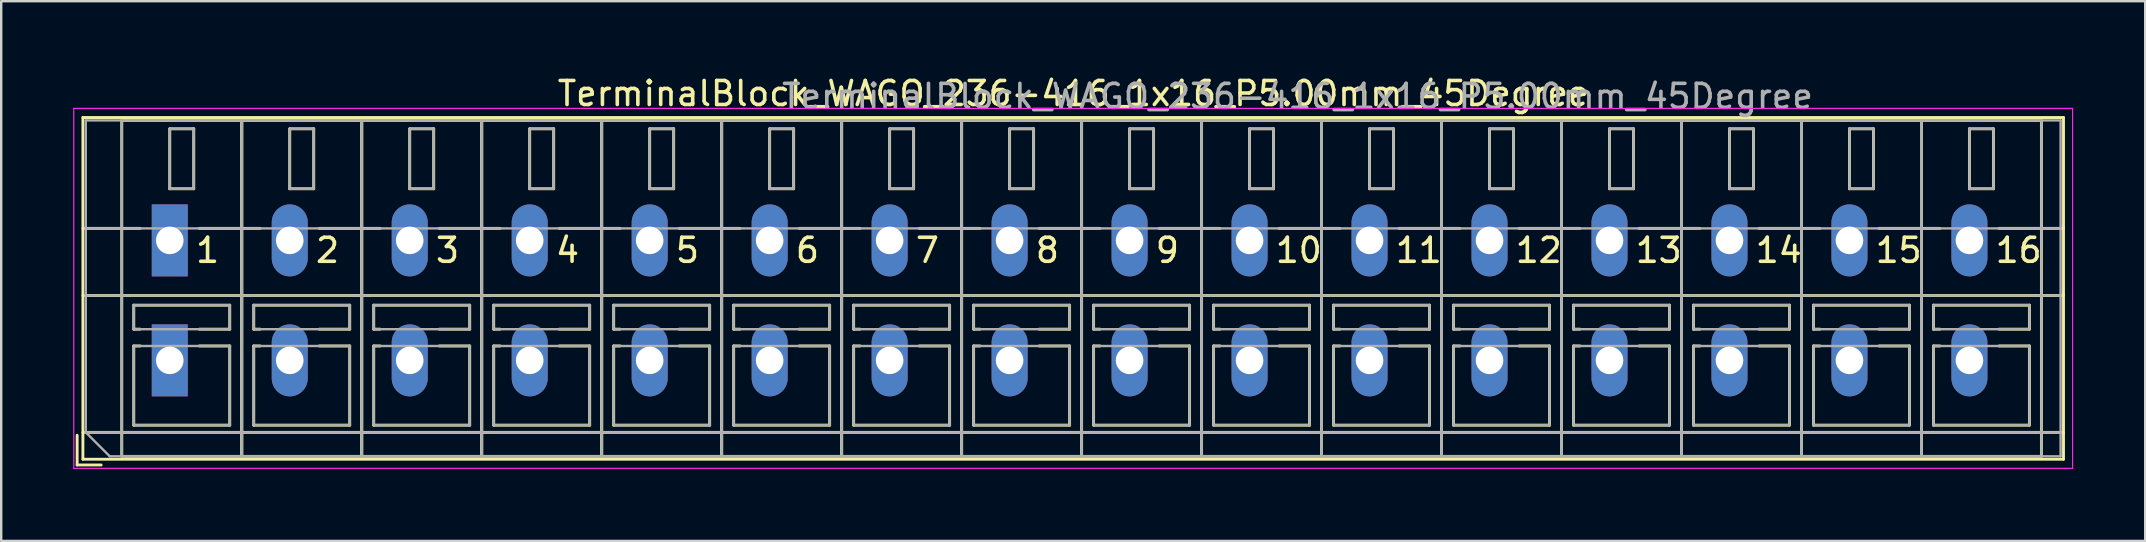
<source format=kicad_pcb>
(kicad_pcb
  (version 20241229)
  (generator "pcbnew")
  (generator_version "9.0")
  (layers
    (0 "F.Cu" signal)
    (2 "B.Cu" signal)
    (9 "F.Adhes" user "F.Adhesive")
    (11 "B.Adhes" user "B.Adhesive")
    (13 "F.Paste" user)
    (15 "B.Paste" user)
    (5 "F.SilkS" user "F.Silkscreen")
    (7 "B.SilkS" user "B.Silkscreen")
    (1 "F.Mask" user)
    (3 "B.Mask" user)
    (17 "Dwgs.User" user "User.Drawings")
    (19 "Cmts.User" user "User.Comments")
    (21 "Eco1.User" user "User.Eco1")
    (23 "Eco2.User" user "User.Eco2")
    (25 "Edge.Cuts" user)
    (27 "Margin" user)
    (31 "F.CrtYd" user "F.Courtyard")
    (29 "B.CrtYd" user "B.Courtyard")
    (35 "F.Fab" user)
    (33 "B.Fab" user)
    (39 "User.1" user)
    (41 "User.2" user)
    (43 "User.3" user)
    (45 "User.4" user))
  (footprint "TerminalBlock_WAGO_236-416_1x16_P5.00mm_45Degree"
    (layer "F.Cu")
    (at 4.025 6.968)
    (property "Reference" "TerminalBlock_WAGO_236-416_1x16_P5.00mm_45Degree" (at 37.65 -6.12 0) (layer "F.SilkS") (effects (font (size 1 1) (thickness 0.15))))
    (attr through_hole)
    (fp_line (start -3.86 8.12) (end -3.86 9.36) (stroke (width 0.12) (type solid)) (layer "F.SilkS"))
    (fp_line (start -3.86 9.36) (end -2.86 9.36) (stroke (width 0.12) (type solid)) (layer "F.SilkS"))
    (fp_line (start -3.62 -5.12) (end -3.62 9.12) (stroke (width 0.12) (type solid)) (layer "F.SilkS"))
    (fp_line (start -3.62 -5.12) (end 78.92 -5.12) (stroke (width 0.12) (type solid)) (layer "F.SilkS"))
    (fp_line (start -3.62 -0.5) (end -1.23 -0.5) (stroke (width 0.12) (type solid)) (layer "F.SilkS"))
    (fp_line (start -3.62 2.3) (end 78.92 2.3) (stroke (width 0.12) (type solid)) (layer "F.SilkS"))
    (fp_line (start -3.62 8) (end 78.92 8) (stroke (width 0.12) (type solid)) (layer "F.SilkS"))
    (fp_line (start -3.62 9.12) (end 78.92 9.12) (stroke (width 0.12) (type solid)) (layer "F.SilkS"))
    (fp_line (start -2 -5) (end -2 9) (stroke (width 0.12) (type solid)) (layer "F.SilkS"))
    (fp_line (start -2 -5) (end 3 -5) (stroke (width 0.12) (type solid)) (layer "F.SilkS"))
    (fp_line (start -2 9) (end 3 9) (stroke (width 0.12) (type solid)) (layer "F.SilkS"))
    (fp_line (start -1.5 2.7) (end -1.5 3.7) (stroke (width 0.12) (type solid)) (layer "F.SilkS"))
    (fp_line (start -1.5 2.7) (end 2.5 2.7) (stroke (width 0.12) (type solid)) (layer "F.SilkS"))
    (fp_line (start -1.5 3.7) (end -1.23 3.7) (stroke (width 0.12) (type solid)) (layer "F.SilkS"))
    (fp_line (start -1.5 4.4) (end -1.5 7.7) (stroke (width 0.12) (type solid)) (layer "F.SilkS"))
    (fp_line (start -1.5 4.4) (end -1.23 4.4) (stroke (width 0.12) (type solid)) (layer "F.SilkS"))
    (fp_line (start -1.5 7.7) (end 2.5 7.7) (stroke (width 0.12) (type solid)) (layer "F.SilkS"))
    (fp_line (start 0 -4.65) (end 0 -2.151) (stroke (width 0.12) (type solid)) (layer "F.SilkS"))
    (fp_line (start 0 -4.65) (end 1 -4.65) (stroke (width 0.12) (type solid)) (layer "F.SilkS"))
    (fp_line (start 0 -2.151) (end 1 -2.151) (stroke (width 0.12) (type solid)) (layer "F.SilkS"))
    (fp_line (start 1 -4.65) (end 1 -2.151) (stroke (width 0.12) (type solid)) (layer "F.SilkS"))
    (fp_line (start 1.23 -0.5) (end 3.77 -0.5) (stroke (width 0.12) (type solid)) (layer "F.SilkS"))
    (fp_line (start 1.23 3.7) (end 2.5 3.7) (stroke (width 0.12) (type solid)) (layer "F.SilkS"))
    (fp_line (start 1.23 4.4) (end 2.5 4.4) (stroke (width 0.12) (type solid)) (layer "F.SilkS"))
    (fp_line (start 2.5 2.7) (end 2.5 3.7) (stroke (width 0.12) (type solid)) (layer "F.SilkS"))
    (fp_line (start 2.5 4.4) (end 2.5 7.7) (stroke (width 0.12) (type solid)) (layer "F.SilkS"))
    (fp_line (start 3 -5) (end 3 9) (stroke (width 0.12) (type solid)) (layer "F.SilkS"))
    (fp_line (start 3 -5) (end 3 9) (stroke (width 0.12) (type solid)) (layer "F.SilkS"))
    (fp_line (start 3 -5) (end 8 -5) (stroke (width 0.12) (type solid)) (layer "F.SilkS"))
    (fp_line (start 3 9) (end 8 9) (stroke (width 0.12) (type solid)) (layer "F.SilkS"))
    (fp_line (start 3.5 2.7) (end 3.5 3.7) (stroke (width 0.12) (type solid)) (layer "F.SilkS"))
    (fp_line (start 3.5 2.7) (end 7.5 2.7) (stroke (width 0.12) (type solid)) (layer "F.SilkS"))
    (fp_line (start 3.5 3.7) (end 3.77 3.7) (stroke (width 0.12) (type solid)) (layer "F.SilkS"))
    (fp_line (start 3.5 4.4) (end 3.5 7.7) (stroke (width 0.12) (type solid)) (layer "F.SilkS"))
    (fp_line (start 3.5 4.4) (end 3.77 4.4) (stroke (width 0.12) (type solid)) (layer "F.SilkS"))
    (fp_line (start 3.5 7.7) (end 7.5 7.7) (stroke (width 0.12) (type solid)) (layer "F.SilkS"))
    (fp_line (start 5 -4.65) (end 5 -2.151) (stroke (width 0.12) (type solid)) (layer "F.SilkS"))
    (fp_line (start 5 -4.65) (end 6 -4.65) (stroke (width 0.12) (type solid)) (layer "F.SilkS"))
    (fp_line (start 5 -2.151) (end 6 -2.151) (stroke (width 0.12) (type solid)) (layer "F.SilkS"))
    (fp_line (start 6 -4.65) (end 6 -2.151) (stroke (width 0.12) (type solid)) (layer "F.SilkS"))
    (fp_line (start 6.23 -0.5) (end 8.77 -0.5) (stroke (width 0.12) (type solid)) (layer "F.SilkS"))
    (fp_line (start 6.23 3.7) (end 7.5 3.7) (stroke (width 0.12) (type solid)) (layer "F.SilkS"))
    (fp_line (start 6.23 4.4) (end 7.5 4.4) (stroke (width 0.12) (type solid)) (layer "F.SilkS"))
    (fp_line (start 7.5 2.7) (end 7.5 3.7) (stroke (width 0.12) (type solid)) (layer "F.SilkS"))
    (fp_line (start 7.5 4.4) (end 7.5 7.7) (stroke (width 0.12) (type solid)) (layer "F.SilkS"))
    (fp_line (start 8 -5) (end 8 9) (stroke (width 0.12) (type solid)) (layer "F.SilkS"))
    (fp_line (start 8 -5) (end 8 9) (stroke (width 0.12) (type solid)) (layer "F.SilkS"))
    (fp_line (start 8 -5) (end 13 -5) (stroke (width 0.12) (type solid)) (layer "F.SilkS"))
    (fp_line (start 8 9) (end 13 9) (stroke (width 0.12) (type solid)) (layer "F.SilkS"))
    (fp_line (start 8.5 2.7) (end 8.5 3.7) (stroke (width 0.12) (type solid)) (layer "F.SilkS"))
    (fp_line (start 8.5 2.7) (end 12.5 2.7) (stroke (width 0.12) (type solid)) (layer "F.SilkS"))
    (fp_line (start 8.5 3.7) (end 8.77 3.7) (stroke (width 0.12) (type solid)) (layer "F.SilkS"))
    (fp_line (start 8.5 4.4) (end 8.5 7.7) (stroke (width 0.12) (type solid)) (layer "F.SilkS"))
    (fp_line (start 8.5 4.4) (end 8.77 4.4) (stroke (width 0.12) (type solid)) (layer "F.SilkS"))
    (fp_line (start 8.5 7.7) (end 12.5 7.7) (stroke (width 0.12) (type solid)) (layer "F.SilkS"))
    (fp_line (start 10 -4.65) (end 10 -2.151) (stroke (width 0.12) (type solid)) (layer "F.SilkS"))
    (fp_line (start 10 -4.65) (end 11 -4.65) (stroke (width 0.12) (type solid)) (layer "F.SilkS"))
    (fp_line (start 10 -2.151) (end 11 -2.151) (stroke (width 0.12) (type solid)) (layer "F.SilkS"))
    (fp_line (start 11 -4.65) (end 11 -2.151) (stroke (width 0.12) (type solid)) (layer "F.SilkS"))
    (fp_line (start 11.23 -0.5) (end 13.77 -0.5) (stroke (width 0.12) (type solid)) (layer "F.SilkS"))
    (fp_line (start 11.23 3.7) (end 12.5 3.7) (stroke (width 0.12) (type solid)) (layer "F.SilkS"))
    (fp_line (start 11.23 4.4) (end 12.5 4.4) (stroke (width 0.12) (type solid)) (layer "F.SilkS"))
    (fp_line (start 12.5 2.7) (end 12.5 3.7) (stroke (width 0.12) (type solid)) (layer "F.SilkS"))
    (fp_line (start 12.5 4.4) (end 12.5 7.7) (stroke (width 0.12) (type solid)) (layer "F.SilkS"))
    (fp_line (start 13 -5) (end 13 9) (stroke (width 0.12) (type solid)) (layer "F.SilkS"))
    (fp_line (start 13 -5) (end 13 9) (stroke (width 0.12) (type solid)) (layer "F.SilkS"))
    (fp_line (start 13 -5) (end 18 -5) (stroke (width 0.12) (type solid)) (layer "F.SilkS"))
    (fp_line (start 13 9) (end 18 9) (stroke (width 0.12) (type solid)) (layer "F.SilkS"))
    (fp_line (start 13.5 2.7) (end 13.5 3.7) (stroke (width 0.12) (type solid)) (layer "F.SilkS"))
    (fp_line (start 13.5 2.7) (end 17.5 2.7) (stroke (width 0.12) (type solid)) (layer "F.SilkS"))
    (fp_line (start 13.5 3.7) (end 13.77 3.7) (stroke (width 0.12) (type solid)) (layer "F.SilkS"))
    (fp_line (start 13.5 4.4) (end 13.5 7.7) (stroke (width 0.12) (type solid)) (layer "F.SilkS"))
    (fp_line (start 13.5 4.4) (end 13.77 4.4) (stroke (width 0.12) (type solid)) (layer "F.SilkS"))
    (fp_line (start 13.5 7.7) (end 17.5 7.7) (stroke (width 0.12) (type solid)) (layer "F.SilkS"))
    (fp_line (start 15 -4.65) (end 15 -2.151) (stroke (width 0.12) (type solid)) (layer "F.SilkS"))
    (fp_line (start 15 -4.65) (end 16 -4.65) (stroke (width 0.12) (type solid)) (layer "F.SilkS"))
    (fp_line (start 15 -2.151) (end 16 -2.151) (stroke (width 0.12) (type solid)) (layer "F.SilkS"))
    (fp_line (start 16 -4.65) (end 16 -2.151) (stroke (width 0.12) (type solid)) (layer "F.SilkS"))
    (fp_line (start 16.23 -0.5) (end 18.77 -0.5) (stroke (width 0.12) (type solid)) (layer "F.SilkS"))
    (fp_line (start 16.23 3.7) (end 17.5 3.7) (stroke (width 0.12) (type solid)) (layer "F.SilkS"))
    (fp_line (start 16.23 4.4) (end 17.5 4.4) (stroke (width 0.12) (type solid)) (layer "F.SilkS"))
    (fp_line (start 17.5 2.7) (end 17.5 3.7) (stroke (width 0.12) (type solid)) (layer "F.SilkS"))
    (fp_line (start 17.5 4.4) (end 17.5 7.7) (stroke (width 0.12) (type solid)) (layer "F.SilkS"))
    (fp_line (start 18 -5) (end 18 9) (stroke (width 0.12) (type solid)) (layer "F.SilkS"))
    (fp_line (start 18 -5) (end 18 9) (stroke (width 0.12) (type solid)) (layer "F.SilkS"))
    (fp_line (start 18 -5) (end 23 -5) (stroke (width 0.12) (type solid)) (layer "F.SilkS"))
    (fp_line (start 18 9) (end 23 9) (stroke (width 0.12) (type solid)) (layer "F.SilkS"))
    (fp_line (start 18.5 2.7) (end 18.5 3.7) (stroke (width 0.12) (type solid)) (layer "F.SilkS"))
    (fp_line (start 18.5 2.7) (end 22.5 2.7) (stroke (width 0.12) (type solid)) (layer "F.SilkS"))
    (fp_line (start 18.5 3.7) (end 18.77 3.7) (stroke (width 0.12) (type solid)) (layer "F.SilkS"))
    (fp_line (start 18.5 4.4) (end 18.5 7.7) (stroke (width 0.12) (type solid)) (layer "F.SilkS"))
    (fp_line (start 18.5 4.4) (end 18.77 4.4) (stroke (width 0.12) (type solid)) (layer "F.SilkS"))
    (fp_line (start 18.5 7.7) (end 22.5 7.7) (stroke (width 0.12) (type solid)) (layer "F.SilkS"))
    (fp_line (start 20 -4.65) (end 20 -2.151) (stroke (width 0.12) (type solid)) (layer "F.SilkS"))
    (fp_line (start 20 -4.65) (end 21 -4.65) (stroke (width 0.12) (type solid)) (layer "F.SilkS"))
    (fp_line (start 20 -2.151) (end 21 -2.151) (stroke (width 0.12) (type solid)) (layer "F.SilkS"))
    (fp_line (start 21 -4.65) (end 21 -2.151) (stroke (width 0.12) (type solid)) (layer "F.SilkS"))
    (fp_line (start 21.23 -0.5) (end 23.77 -0.5) (stroke (width 0.12) (type solid)) (layer "F.SilkS"))
    (fp_line (start 21.23 3.7) (end 22.5 3.7) (stroke (width 0.12) (type solid)) (layer "F.SilkS"))
    (fp_line (start 21.23 4.4) (end 22.5 4.4) (stroke (width 0.12) (type solid)) (layer "F.SilkS"))
    (fp_line (start 22.5 2.7) (end 22.5 3.7) (stroke (width 0.12) (type solid)) (layer "F.SilkS"))
    (fp_line (start 22.5 4.4) (end 22.5 7.7) (stroke (width 0.12) (type solid)) (layer "F.SilkS"))
    (fp_line (start 23 -5) (end 23 9) (stroke (width 0.12) (type solid)) (layer "F.SilkS"))
    (fp_line (start 23 -5) (end 23 9) (stroke (width 0.12) (type solid)) (layer "F.SilkS"))
    (fp_line (start 23 -5) (end 28 -5) (stroke (width 0.12) (type solid)) (layer "F.SilkS"))
    (fp_line (start 23 9) (end 28 9) (stroke (width 0.12) (type solid)) (layer "F.SilkS"))
    (fp_line (start 23.5 2.7) (end 23.5 3.7) (stroke (width 0.12) (type solid)) (layer "F.SilkS"))
    (fp_line (start 23.5 2.7) (end 27.5 2.7) (stroke (width 0.12) (type solid)) (layer "F.SilkS"))
    (fp_line (start 23.5 3.7) (end 23.77 3.7) (stroke (width 0.12) (type solid)) (layer "F.SilkS"))
    (fp_line (start 23.5 4.4) (end 23.5 7.7) (stroke (width 0.12) (type solid)) (layer "F.SilkS"))
    (fp_line (start 23.5 4.4) (end 23.77 4.4) (stroke (width 0.12) (type solid)) (layer "F.SilkS"))
    (fp_line (start 23.5 7.7) (end 27.5 7.7) (stroke (width 0.12) (type solid)) (layer "F.SilkS"))
    (fp_line (start 25 -4.65) (end 25 -2.151) (stroke (width 0.12) (type solid)) (layer "F.SilkS"))
    (fp_line (start 25 -4.65) (end 26 -4.65) (stroke (width 0.12) (type solid)) (layer "F.SilkS"))
    (fp_line (start 25 -2.151) (end 26 -2.151) (stroke (width 0.12) (type solid)) (layer "F.SilkS"))
    (fp_line (start 26 -4.65) (end 26 -2.151) (stroke (width 0.12) (type solid)) (layer "F.SilkS"))
    (fp_line (start 26.23 -0.5) (end 28.77 -0.5) (stroke (width 0.12) (type solid)) (layer "F.SilkS"))
    (fp_line (start 26.23 3.7) (end 27.5 3.7) (stroke (width 0.12) (type solid)) (layer "F.SilkS"))
    (fp_line (start 26.23 4.4) (end 27.5 4.4) (stroke (width 0.12) (type solid)) (layer "F.SilkS"))
    (fp_line (start 27.5 2.7) (end 27.5 3.7) (stroke (width 0.12) (type solid)) (layer "F.SilkS"))
    (fp_line (start 27.5 4.4) (end 27.5 7.7) (stroke (width 0.12) (type solid)) (layer "F.SilkS"))
    (fp_line (start 28 -5) (end 28 9) (stroke (width 0.12) (type solid)) (layer "F.SilkS"))
    (fp_line (start 28 -5) (end 28 9) (stroke (width 0.12) (type solid)) (layer "F.SilkS"))
    (fp_line (start 28 -5) (end 33 -5) (stroke (width 0.12) (type solid)) (layer "F.SilkS"))
    (fp_line (start 28 9) (end 33 9) (stroke (width 0.12) (type solid)) (layer "F.SilkS"))
    (fp_line (start 28.5 2.7) (end 28.5 3.7) (stroke (width 0.12) (type solid)) (layer "F.SilkS"))
    (fp_line (start 28.5 2.7) (end 32.5 2.7) (stroke (width 0.12) (type solid)) (layer "F.SilkS"))
    (fp_line (start 28.5 3.7) (end 28.77 3.7) (stroke (width 0.12) (type solid)) (layer "F.SilkS"))
    (fp_line (start 28.5 4.4) (end 28.5 7.7) (stroke (width 0.12) (type solid)) (layer "F.SilkS"))
    (fp_line (start 28.5 4.4) (end 28.77 4.4) (stroke (width 0.12) (type solid)) (layer "F.SilkS"))
    (fp_line (start 28.5 7.7) (end 32.5 7.7) (stroke (width 0.12) (type solid)) (layer "F.SilkS"))
    (fp_line (start 30 -4.65) (end 30 -2.151) (stroke (width 0.12) (type solid)) (layer "F.SilkS"))
    (fp_line (start 30 -4.65) (end 31 -4.65) (stroke (width 0.12) (type solid)) (layer "F.SilkS"))
    (fp_line (start 30 -2.151) (end 31 -2.151) (stroke (width 0.12) (type solid)) (layer "F.SilkS"))
    (fp_line (start 31 -4.65) (end 31 -2.151) (stroke (width 0.12) (type solid)) (layer "F.SilkS"))
    (fp_line (start 31.23 -0.5) (end 33.77 -0.5) (stroke (width 0.12) (type solid)) (layer "F.SilkS"))
    (fp_line (start 31.23 3.7) (end 32.5 3.7) (stroke (width 0.12) (type solid)) (layer "F.SilkS"))
    (fp_line (start 31.23 4.4) (end 32.5 4.4) (stroke (width 0.12) (type solid)) (layer "F.SilkS"))
    (fp_line (start 32.5 2.7) (end 32.5 3.7) (stroke (width 0.12) (type solid)) (layer "F.SilkS"))
    (fp_line (start 32.5 4.4) (end 32.5 7.7) (stroke (width 0.12) (type solid)) (layer "F.SilkS"))
    (fp_line (start 33 -5) (end 33 9) (stroke (width 0.12) (type solid)) (layer "F.SilkS"))
    (fp_line (start 33 -5) (end 33 9) (stroke (width 0.12) (type solid)) (layer "F.SilkS"))
    (fp_line (start 33 -5) (end 38 -5) (stroke (width 0.12) (type solid)) (layer "F.SilkS"))
    (fp_line (start 33 9) (end 38 9) (stroke (width 0.12) (type solid)) (layer "F.SilkS"))
    (fp_line (start 33.5 2.7) (end 33.5 3.7) (stroke (width 0.12) (type solid)) (layer "F.SilkS"))
    (fp_line (start 33.5 2.7) (end 37.5 2.7) (stroke (width 0.12) (type solid)) (layer "F.SilkS"))
    (fp_line (start 33.5 3.7) (end 33.77 3.7) (stroke (width 0.12) (type solid)) (layer "F.SilkS"))
    (fp_line (start 33.5 4.4) (end 33.5 7.7) (stroke (width 0.12) (type solid)) (layer "F.SilkS"))
    (fp_line (start 33.5 4.4) (end 33.77 4.4) (stroke (width 0.12) (type solid)) (layer "F.SilkS"))
    (fp_line (start 33.5 7.7) (end 37.5 7.7) (stroke (width 0.12) (type solid)) (layer "F.SilkS"))
    (fp_line (start 35 -4.65) (end 35 -2.151) (stroke (width 0.12) (type solid)) (layer "F.SilkS"))
    (fp_line (start 35 -4.65) (end 36 -4.65) (stroke (width 0.12) (type solid)) (layer "F.SilkS"))
    (fp_line (start 35 -2.151) (end 36 -2.151) (stroke (width 0.12) (type solid)) (layer "F.SilkS"))
    (fp_line (start 36 -4.65) (end 36 -2.151) (stroke (width 0.12) (type solid)) (layer "F.SilkS"))
    (fp_line (start 36.23 -0.5) (end 38.77 -0.5) (stroke (width 0.12) (type solid)) (layer "F.SilkS"))
    (fp_line (start 36.23 3.7) (end 37.5 3.7) (stroke (width 0.12) (type solid)) (layer "F.SilkS"))
    (fp_line (start 36.23 4.4) (end 37.5 4.4) (stroke (width 0.12) (type solid)) (layer "F.SilkS"))
    (fp_line (start 37.5 2.7) (end 37.5 3.7) (stroke (width 0.12) (type solid)) (layer "F.SilkS"))
    (fp_line (start 37.5 4.4) (end 37.5 7.7) (stroke (width 0.12) (type solid)) (layer "F.SilkS"))
    (fp_line (start 38 -5) (end 38 9) (stroke (width 0.12) (type solid)) (layer "F.SilkS"))
    (fp_line (start 38 -5) (end 38 9) (stroke (width 0.12) (type solid)) (layer "F.SilkS"))
    (fp_line (start 38 -5) (end 43 -5) (stroke (width 0.12) (type solid)) (layer "F.SilkS"))
    (fp_line (start 38 9) (end 43 9) (stroke (width 0.12) (type solid)) (layer "F.SilkS"))
    (fp_line (start 38.5 2.7) (end 38.5 3.7) (stroke (width 0.12) (type solid)) (layer "F.SilkS"))
    (fp_line (start 38.5 2.7) (end 42.5 2.7) (stroke (width 0.12) (type solid)) (layer "F.SilkS"))
    (fp_line (start 38.5 3.7) (end 38.77 3.7) (stroke (width 0.12) (type solid)) (layer "F.SilkS"))
    (fp_line (start 38.5 4.4) (end 38.5 7.7) (stroke (width 0.12) (type solid)) (layer "F.SilkS"))
    (fp_line (start 38.5 4.4) (end 38.77 4.4) (stroke (width 0.12) (type solid)) (layer "F.SilkS"))
    (fp_line (start 38.5 7.7) (end 42.5 7.7) (stroke (width 0.12) (type solid)) (layer "F.SilkS"))
    (fp_line (start 40 -4.65) (end 40 -2.151) (stroke (width 0.12) (type solid)) (layer "F.SilkS"))
    (fp_line (start 40 -4.65) (end 41 -4.65) (stroke (width 0.12) (type solid)) (layer "F.SilkS"))
    (fp_line (start 40 -2.151) (end 41 -2.151) (stroke (width 0.12) (type solid)) (layer "F.SilkS"))
    (fp_line (start 41 -4.65) (end 41 -2.151) (stroke (width 0.12) (type solid)) (layer "F.SilkS"))
    (fp_line (start 41.23 -0.5) (end 43.77 -0.5) (stroke (width 0.12) (type solid)) (layer "F.SilkS"))
    (fp_line (start 41.23 3.7) (end 42.5 3.7) (stroke (width 0.12) (type solid)) (layer "F.SilkS"))
    (fp_line (start 41.23 4.4) (end 42.5 4.4) (stroke (width 0.12) (type solid)) (layer "F.SilkS"))
    (fp_line (start 42.5 2.7) (end 42.5 3.7) (stroke (width 0.12) (type solid)) (layer "F.SilkS"))
    (fp_line (start 42.5 4.4) (end 42.5 7.7) (stroke (width 0.12) (type solid)) (layer "F.SilkS"))
    (fp_line (start 43 -5) (end 43 9) (stroke (width 0.12) (type solid)) (layer "F.SilkS"))
    (fp_line (start 43 -5) (end 43 9) (stroke (width 0.12) (type solid)) (layer "F.SilkS"))
    (fp_line (start 43 -5) (end 48 -5) (stroke (width 0.12) (type solid)) (layer "F.SilkS"))
    (fp_line (start 43 9) (end 48 9) (stroke (width 0.12) (type solid)) (layer "F.SilkS"))
    (fp_line (start 43.5 2.7) (end 43.5 3.7) (stroke (width 0.12) (type solid)) (layer "F.SilkS"))
    (fp_line (start 43.5 2.7) (end 47.5 2.7) (stroke (width 0.12) (type solid)) (layer "F.SilkS"))
    (fp_line (start 43.5 3.7) (end 43.77 3.7) (stroke (width 0.12) (type solid)) (layer "F.SilkS"))
    (fp_line (start 43.5 4.4) (end 43.5 7.7) (stroke (width 0.12) (type solid)) (layer "F.SilkS"))
    (fp_line (start 43.5 4.4) (end 43.77 4.4) (stroke (width 0.12) (type solid)) (layer "F.SilkS"))
    (fp_line (start 43.5 7.7) (end 47.5 7.7) (stroke (width 0.12) (type solid)) (layer "F.SilkS"))
    (fp_line (start 45 -4.65) (end 45 -2.151) (stroke (width 0.12) (type solid)) (layer "F.SilkS"))
    (fp_line (start 45 -4.65) (end 46 -4.65) (stroke (width 0.12) (type solid)) (layer "F.SilkS"))
    (fp_line (start 45 -2.151) (end 46 -2.151) (stroke (width 0.12) (type solid)) (layer "F.SilkS"))
    (fp_line (start 46 -4.65) (end 46 -2.151) (stroke (width 0.12) (type solid)) (layer "F.SilkS"))
    (fp_line (start 46.23 -0.5) (end 48.77 -0.5) (stroke (width 0.12) (type solid)) (layer "F.SilkS"))
    (fp_line (start 46.23 3.7) (end 47.5 3.7) (stroke (width 0.12) (type solid)) (layer "F.SilkS"))
    (fp_line (start 46.23 4.4) (end 47.5 4.4) (stroke (width 0.12) (type solid)) (layer "F.SilkS"))
    (fp_line (start 47.5 2.7) (end 47.5 3.7) (stroke (width 0.12) (type solid)) (layer "F.SilkS"))
    (fp_line (start 47.5 4.4) (end 47.5 7.7) (stroke (width 0.12) (type solid)) (layer "F.SilkS"))
    (fp_line (start 48 -5) (end 48 9) (stroke (width 0.12) (type solid)) (layer "F.SilkS"))
    (fp_line (start 48 -5) (end 48 9) (stroke (width 0.12) (type solid)) (layer "F.SilkS"))
    (fp_line (start 48 -5) (end 53 -5) (stroke (width 0.12) (type solid)) (layer "F.SilkS"))
    (fp_line (start 48 9) (end 53 9) (stroke (width 0.12) (type solid)) (layer "F.SilkS"))
    (fp_line (start 48.5 2.7) (end 48.5 3.7) (stroke (width 0.12) (type solid)) (layer "F.SilkS"))
    (fp_line (start 48.5 2.7) (end 52.5 2.7) (stroke (width 0.12) (type solid)) (layer "F.SilkS"))
    (fp_line (start 48.5 3.7) (end 48.77 3.7) (stroke (width 0.12) (type solid)) (layer "F.SilkS"))
    (fp_line (start 48.5 4.4) (end 48.5 7.7) (stroke (width 0.12) (type solid)) (layer "F.SilkS"))
    (fp_line (start 48.5 4.4) (end 48.77 4.4) (stroke (width 0.12) (type solid)) (layer "F.SilkS"))
    (fp_line (start 48.5 7.7) (end 52.5 7.7) (stroke (width 0.12) (type solid)) (layer "F.SilkS"))
    (fp_line (start 50 -4.65) (end 50 -2.151) (stroke (width 0.12) (type solid)) (layer "F.SilkS"))
    (fp_line (start 50 -4.65) (end 51 -4.65) (stroke (width 0.12) (type solid)) (layer "F.SilkS"))
    (fp_line (start 50 -2.151) (end 51 -2.151) (stroke (width 0.12) (type solid)) (layer "F.SilkS"))
    (fp_line (start 51 -4.65) (end 51 -2.151) (stroke (width 0.12) (type solid)) (layer "F.SilkS"))
    (fp_line (start 51.23 -0.5) (end 53.77 -0.5) (stroke (width 0.12) (type solid)) (layer "F.SilkS"))
    (fp_line (start 51.23 3.7) (end 52.5 3.7) (stroke (width 0.12) (type solid)) (layer "F.SilkS"))
    (fp_line (start 51.23 4.4) (end 52.5 4.4) (stroke (width 0.12) (type solid)) (layer "F.SilkS"))
    (fp_line (start 52.5 2.7) (end 52.5 3.7) (stroke (width 0.12) (type solid)) (layer "F.SilkS"))
    (fp_line (start 52.5 4.4) (end 52.5 7.7) (stroke (width 0.12) (type solid)) (layer "F.SilkS"))
    (fp_line (start 53 -5) (end 53 9) (stroke (width 0.12) (type solid)) (layer "F.SilkS"))
    (fp_line (start 53 -5) (end 53 9) (stroke (width 0.12) (type solid)) (layer "F.SilkS"))
    (fp_line (start 53 -5) (end 58 -5) (stroke (width 0.12) (type solid)) (layer "F.SilkS"))
    (fp_line (start 53 9) (end 58 9) (stroke (width 0.12) (type solid)) (layer "F.SilkS"))
    (fp_line (start 53.5 2.7) (end 53.5 3.7) (stroke (width 0.12) (type solid)) (layer "F.SilkS"))
    (fp_line (start 53.5 2.7) (end 57.5 2.7) (stroke (width 0.12) (type solid)) (layer "F.SilkS"))
    (fp_line (start 53.5 3.7) (end 53.77 3.7) (stroke (width 0.12) (type solid)) (layer "F.SilkS"))
    (fp_line (start 53.5 4.4) (end 53.5 7.7) (stroke (width 0.12) (type solid)) (layer "F.SilkS"))
    (fp_line (start 53.5 4.4) (end 53.77 4.4) (stroke (width 0.12) (type solid)) (layer "F.SilkS"))
    (fp_line (start 53.5 7.7) (end 57.5 7.7) (stroke (width 0.12) (type solid)) (layer "F.SilkS"))
    (fp_line (start 55 -4.65) (end 55 -2.151) (stroke (width 0.12) (type solid)) (layer "F.SilkS"))
    (fp_line (start 55 -4.65) (end 56 -4.65) (stroke (width 0.12) (type solid)) (layer "F.SilkS"))
    (fp_line (start 55 -2.151) (end 56 -2.151) (stroke (width 0.12) (type solid)) (layer "F.SilkS"))
    (fp_line (start 56 -4.65) (end 56 -2.151) (stroke (width 0.12) (type solid)) (layer "F.SilkS"))
    (fp_line (start 56.23 -0.5) (end 58.77 -0.5) (stroke (width 0.12) (type solid)) (layer "F.SilkS"))
    (fp_line (start 56.23 3.7) (end 57.5 3.7) (stroke (width 0.12) (type solid)) (layer "F.SilkS"))
    (fp_line (start 56.23 4.4) (end 57.5 4.4) (stroke (width 0.12) (type solid)) (layer "F.SilkS"))
    (fp_line (start 57.5 2.7) (end 57.5 3.7) (stroke (width 0.12) (type solid)) (layer "F.SilkS"))
    (fp_line (start 57.5 4.4) (end 57.5 7.7) (stroke (width 0.12) (type solid)) (layer "F.SilkS"))
    (fp_line (start 58 -5) (end 58 9) (stroke (width 0.12) (type solid)) (layer "F.SilkS"))
    (fp_line (start 58 -5) (end 58 9) (stroke (width 0.12) (type solid)) (layer "F.SilkS"))
    (fp_line (start 58 -5) (end 63 -5) (stroke (width 0.12) (type solid)) (layer "F.SilkS"))
    (fp_line (start 58 9) (end 63 9) (stroke (width 0.12) (type solid)) (layer "F.SilkS"))
    (fp_line (start 58.5 2.7) (end 58.5 3.7) (stroke (width 0.12) (type solid)) (layer "F.SilkS"))
    (fp_line (start 58.5 2.7) (end 62.5 2.7) (stroke (width 0.12) (type solid)) (layer "F.SilkS"))
    (fp_line (start 58.5 3.7) (end 58.77 3.7) (stroke (width 0.12) (type solid)) (layer "F.SilkS"))
    (fp_line (start 58.5 4.4) (end 58.5 7.7) (stroke (width 0.12) (type solid)) (layer "F.SilkS"))
    (fp_line (start 58.5 4.4) (end 58.77 4.4) (stroke (width 0.12) (type solid)) (layer "F.SilkS"))
    (fp_line (start 58.5 7.7) (end 62.5 7.7) (stroke (width 0.12) (type solid)) (layer "F.SilkS"))
    (fp_line (start 60 -4.65) (end 60 -2.151) (stroke (width 0.12) (type solid)) (layer "F.SilkS"))
    (fp_line (start 60 -4.65) (end 61 -4.65) (stroke (width 0.12) (type solid)) (layer "F.SilkS"))
    (fp_line (start 60 -2.151) (end 61 -2.151) (stroke (width 0.12) (type solid)) (layer "F.SilkS"))
    (fp_line (start 61 -4.65) (end 61 -2.151) (stroke (width 0.12) (type solid)) (layer "F.SilkS"))
    (fp_line (start 61.23 -0.5) (end 63.77 -0.5) (stroke (width 0.12) (type solid)) (layer "F.SilkS"))
    (fp_line (start 61.23 3.7) (end 62.5 3.7) (stroke (width 0.12) (type solid)) (layer "F.SilkS"))
    (fp_line (start 61.23 4.4) (end 62.5 4.4) (stroke (width 0.12) (type solid)) (layer "F.SilkS"))
    (fp_line (start 62.5 2.7) (end 62.5 3.7) (stroke (width 0.12) (type solid)) (layer "F.SilkS"))
    (fp_line (start 62.5 4.4) (end 62.5 7.7) (stroke (width 0.12) (type solid)) (layer "F.SilkS"))
    (fp_line (start 63 -5) (end 63 9) (stroke (width 0.12) (type solid)) (layer "F.SilkS"))
    (fp_line (start 63 -5) (end 63 9) (stroke (width 0.12) (type solid)) (layer "F.SilkS"))
    (fp_line (start 63 -5) (end 68 -5) (stroke (width 0.12) (type solid)) (layer "F.SilkS"))
    (fp_line (start 63 9) (end 68 9) (stroke (width 0.12) (type solid)) (layer "F.SilkS"))
    (fp_line (start 63.5 2.7) (end 63.5 3.7) (stroke (width 0.12) (type solid)) (layer "F.SilkS"))
    (fp_line (start 63.5 2.7) (end 67.5 2.7) (stroke (width 0.12) (type solid)) (layer "F.SilkS"))
    (fp_line (start 63.5 3.7) (end 63.77 3.7) (stroke (width 0.12) (type solid)) (layer "F.SilkS"))
    (fp_line (start 63.5 4.4) (end 63.5 7.7) (stroke (width 0.12) (type solid)) (layer "F.SilkS"))
    (fp_line (start 63.5 4.4) (end 63.77 4.4) (stroke (width 0.12) (type solid)) (layer "F.SilkS"))
    (fp_line (start 63.5 7.7) (end 67.5 7.7) (stroke (width 0.12) (type solid)) (layer "F.SilkS"))
    (fp_line (start 65 -4.65) (end 65 -2.151) (stroke (width 0.12) (type solid)) (layer "F.SilkS"))
    (fp_line (start 65 -4.65) (end 66 -4.65) (stroke (width 0.12) (type solid)) (layer "F.SilkS"))
    (fp_line (start 65 -2.151) (end 66 -2.151) (stroke (width 0.12) (type solid)) (layer "F.SilkS"))
    (fp_line (start 66 -4.65) (end 66 -2.151) (stroke (width 0.12) (type solid)) (layer "F.SilkS"))
    (fp_line (start 66.23 -0.5) (end 68.77 -0.5) (stroke (width 0.12) (type solid)) (layer "F.SilkS"))
    (fp_line (start 66.23 3.7) (end 67.5 3.7) (stroke (width 0.12) (type solid)) (layer "F.SilkS"))
    (fp_line (start 66.23 4.4) (end 67.5 4.4) (stroke (width 0.12) (type solid)) (layer "F.SilkS"))
    (fp_line (start 67.5 2.7) (end 67.5 3.7) (stroke (width 0.12) (type solid)) (layer "F.SilkS"))
    (fp_line (start 67.5 4.4) (end 67.5 7.7) (stroke (width 0.12) (type solid)) (layer "F.SilkS"))
    (fp_line (start 68 -5) (end 68 9) (stroke (width 0.12) (type solid)) (layer "F.SilkS"))
    (fp_line (start 68 -5) (end 68 9) (stroke (width 0.12) (type solid)) (layer "F.SilkS"))
    (fp_line (start 68 -5) (end 73 -5) (stroke (width 0.12) (type solid)) (layer "F.SilkS"))
    (fp_line (start 68 9) (end 73 9) (stroke (width 0.12) (type solid)) (layer "F.SilkS"))
    (fp_line (start 68.5 2.7) (end 68.5 3.7) (stroke (width 0.12) (type solid)) (layer "F.SilkS"))
    (fp_line (start 68.5 2.7) (end 72.5 2.7) (stroke (width 0.12) (type solid)) (layer "F.SilkS"))
    (fp_line (start 68.5 3.7) (end 68.77 3.7) (stroke (width 0.12) (type solid)) (layer "F.SilkS"))
    (fp_line (start 68.5 4.4) (end 68.5 7.7) (stroke (width 0.12) (type solid)) (layer "F.SilkS"))
    (fp_line (start 68.5 4.4) (end 68.77 4.4) (stroke (width 0.12) (type solid)) (layer "F.SilkS"))
    (fp_line (start 68.5 7.7) (end 72.5 7.7) (stroke (width 0.12) (type solid)) (layer "F.SilkS"))
    (fp_line (start 70 -4.65) (end 70 -2.151) (stroke (width 0.12) (type solid)) (layer "F.SilkS"))
    (fp_line (start 70 -4.65) (end 71 -4.65) (stroke (width 0.12) (type solid)) (layer "F.SilkS"))
    (fp_line (start 70 -2.151) (end 71 -2.151) (stroke (width 0.12) (type solid)) (layer "F.SilkS"))
    (fp_line (start 71 -4.65) (end 71 -2.151) (stroke (width 0.12) (type solid)) (layer "F.SilkS"))
    (fp_line (start 71.23 -0.5) (end 73.77 -0.5) (stroke (width 0.12) (type solid)) (layer "F.SilkS"))
    (fp_line (start 71.23 3.7) (end 72.5 3.7) (stroke (width 0.12) (type solid)) (layer "F.SilkS"))
    (fp_line (start 71.23 4.4) (end 72.5 4.4) (stroke (width 0.12) (type solid)) (layer "F.SilkS"))
    (fp_line (start 72.5 2.7) (end 72.5 3.7) (stroke (width 0.12) (type solid)) (layer "F.SilkS"))
    (fp_line (start 72.5 4.4) (end 72.5 7.7) (stroke (width 0.12) (type solid)) (layer "F.SilkS"))
    (fp_line (start 73 -5) (end 73 9) (stroke (width 0.12) (type solid)) (layer "F.SilkS"))
    (fp_line (start 73 -5) (end 73 9) (stroke (width 0.12) (type solid)) (layer "F.SilkS"))
    (fp_line (start 73 -5) (end 78 -5) (stroke (width 0.12) (type solid)) (layer "F.SilkS"))
    (fp_line (start 73 9) (end 78 9) (stroke (width 0.12) (type solid)) (layer "F.SilkS"))
    (fp_line (start 73.5 2.7) (end 73.5 3.7) (stroke (width 0.12) (type solid)) (layer "F.SilkS"))
    (fp_line (start 73.5 2.7) (end 77.5 2.7) (stroke (width 0.12) (type solid)) (layer "F.SilkS"))
    (fp_line (start 73.5 3.7) (end 73.77 3.7) (stroke (width 0.12) (type solid)) (layer "F.SilkS"))
    (fp_line (start 73.5 4.4) (end 73.5 7.7) (stroke (width 0.12) (type solid)) (layer "F.SilkS"))
    (fp_line (start 73.5 4.4) (end 73.77 4.4) (stroke (width 0.12) (type solid)) (layer "F.SilkS"))
    (fp_line (start 73.5 7.7) (end 77.5 7.7) (stroke (width 0.12) (type solid)) (layer "F.SilkS"))
    (fp_line (start 75 -4.65) (end 75 -2.151) (stroke (width 0.12) (type solid)) (layer "F.SilkS"))
    (fp_line (start 75 -4.65) (end 76 -4.65) (stroke (width 0.12) (type solid)) (layer "F.SilkS"))
    (fp_line (start 75 -2.151) (end 76 -2.151) (stroke (width 0.12) (type solid)) (layer "F.SilkS"))
    (fp_line (start 76 -4.65) (end 76 -2.151) (stroke (width 0.12) (type solid)) (layer "F.SilkS"))
    (fp_line (start 76.23 -0.5) (end 78.92 -0.5) (stroke (width 0.12) (type solid)) (layer "F.SilkS"))
    (fp_line (start 76.23 3.7) (end 77.5 3.7) (stroke (width 0.12) (type solid)) (layer "F.SilkS"))
    (fp_line (start 76.23 4.4) (end 77.5 4.4) (stroke (width 0.12) (type solid)) (layer "F.SilkS"))
    (fp_line (start 77.5 2.7) (end 77.5 3.7) (stroke (width 0.12) (type solid)) (layer "F.SilkS"))
    (fp_line (start 77.5 4.4) (end 77.5 7.7) (stroke (width 0.12) (type solid)) (layer "F.SilkS"))
    (fp_line (start 78 -5) (end 78 9) (stroke (width 0.12) (type solid)) (layer "F.SilkS"))
    (fp_line (start 78.92 -5.12) (end 78.92 9.12) (stroke (width 0.12) (type solid)) (layer "F.SilkS"))
    (fp_line (start -4 -5.5) (end -4 9.5) (stroke (width 0.05) (type solid)) (layer "F.CrtYd"))
    (fp_line (start -4 9.5) (end 79.3 9.5) (stroke (width 0.05) (type solid)) (layer "F.CrtYd"))
    (fp_line (start 79.3 -5.5) (end -4 -5.5) (stroke (width 0.05) (type solid)) (layer "F.CrtYd"))
    (fp_line (start 79.3 9.5) (end 79.3 -5.5) (stroke (width 0.05) (type solid)) (layer "F.CrtYd"))
    (fp_line (start -3.5 -5) (end 78.8 -5) (stroke (width 0.1) (type solid)) (layer "F.Fab"))
    (fp_line (start -3.5 -0.5) (end 78.8 -0.5) (stroke (width 0.1) (type solid)) (layer "F.Fab"))
    (fp_line (start -3.5 2.3) (end 78.8 2.3) (stroke (width 0.1) (type solid)) (layer "F.Fab"))
    (fp_line (start -3.5 8) (end -3.5 -5) (stroke (width 0.1) (type solid)) (layer "F.Fab"))
    (fp_line (start -3.5 8) (end 78.8 8) (stroke (width 0.1) (type solid)) (layer "F.Fab"))
    (fp_line (start -2.5 9) (end -3.5 8) (stroke (width 0.1) (type solid)) (layer "F.Fab"))
    (fp_line (start -2 -5) (end -2 9) (stroke (width 0.1) (type solid)) (layer "F.Fab"))
    (fp_line (start -2 9) (end 3 9) (stroke (width 0.1) (type solid)) (layer "F.Fab"))
    (fp_line (start -1.5 2.7) (end -1.5 3.7) (stroke (width 0.1) (type solid)) (layer "F.Fab"))
    (fp_line (start -1.5 3.7) (end 2.5 3.7) (stroke (width 0.1) (type solid)) (layer "F.Fab"))
    (fp_line (start -1.5 4.4) (end -1.5 7.7) (stroke (width 0.1) (type solid)) (layer "F.Fab"))
    (fp_line (start -1.5 7.7) (end 2.5 7.7) (stroke (width 0.1) (type solid)) (layer "F.Fab"))
    (fp_line (start 0 -4.65) (end 0 -2.15) (stroke (width 0.1) (type solid)) (layer "F.Fab"))
    (fp_line (start 0 -2.15) (end 1 -2.15) (stroke (width 0.1) (type solid)) (layer "F.Fab"))
    (fp_line (start 1 -4.65) (end 0 -4.65) (stroke (width 0.1) (type solid)) (layer "F.Fab"))
    (fp_line (start 1 -2.15) (end 1 -4.65) (stroke (width 0.1) (type solid)) (layer "F.Fab"))
    (fp_line (start 2.5 2.7) (end -1.5 2.7) (stroke (width 0.1) (type solid)) (layer "F.Fab"))
    (fp_line (start 2.5 3.7) (end 2.5 2.7) (stroke (width 0.1) (type solid)) (layer "F.Fab"))
    (fp_line (start 2.5 4.4) (end -1.5 4.4) (stroke (width 0.1) (type solid)) (layer "F.Fab"))
    (fp_line (start 2.5 7.7) (end 2.5 4.4) (stroke (width 0.1) (type solid)) (layer "F.Fab"))
    (fp_line (start 3 -5) (end -2 -5) (stroke (width 0.1) (type solid)) (layer "F.Fab"))
    (fp_line (start 3 -5) (end 3 9) (stroke (width 0.1) (type solid)) (layer "F.Fab"))
    (fp_line (start 3 9) (end 3 -5) (stroke (width 0.1) (type solid)) (layer "F.Fab"))
    (fp_line (start 3 9) (end 8 9) (stroke (width 0.1) (type solid)) (layer "F.Fab"))
    (fp_line (start 3.5 2.7) (end 3.5 3.7) (stroke (width 0.1) (type solid)) (layer "F.Fab"))
    (fp_line (start 3.5 3.7) (end 7.5 3.7) (stroke (width 0.1) (type solid)) (layer "F.Fab"))
    (fp_line (start 3.5 4.4) (end 3.5 7.7) (stroke (width 0.1) (type solid)) (layer "F.Fab"))
    (fp_line (start 3.5 7.7) (end 7.5 7.7) (stroke (width 0.1) (type solid)) (layer "F.Fab"))
    (fp_line (start 5 -4.65) (end 5 -2.15) (stroke (width 0.1) (type solid)) (layer "F.Fab"))
    (fp_line (start 5 -2.15) (end 6 -2.15) (stroke (width 0.1) (type solid)) (layer "F.Fab"))
    (fp_line (start 6 -4.65) (end 5 -4.65) (stroke (width 0.1) (type solid)) (layer "F.Fab"))
    (fp_line (start 6 -2.15) (end 6 -4.65) (stroke (width 0.1) (type solid)) (layer "F.Fab"))
    (fp_line (start 7.5 2.7) (end 3.5 2.7) (stroke (width 0.1) (type solid)) (layer "F.Fab"))
    (fp_line (start 7.5 3.7) (end 7.5 2.7) (stroke (width 0.1) (type solid)) (layer "F.Fab"))
    (fp_line (start 7.5 4.4) (end 3.5 4.4) (stroke (width 0.1) (type solid)) (layer "F.Fab"))
    (fp_line (start 7.5 7.7) (end 7.5 4.4) (stroke (width 0.1) (type solid)) (layer "F.Fab"))
    (fp_line (start 8 -5) (end 3 -5) (stroke (width 0.1) (type solid)) (layer "F.Fab"))
    (fp_line (start 8 -5) (end 8 9) (stroke (width 0.1) (type solid)) (layer "F.Fab"))
    (fp_line (start 8 9) (end 8 -5) (stroke (width 0.1) (type solid)) (layer "F.Fab"))
    (fp_line (start 8 9) (end 13 9) (stroke (width 0.1) (type solid)) (layer "F.Fab"))
    (fp_line (start 8.5 2.7) (end 8.5 3.7) (stroke (width 0.1) (type solid)) (layer "F.Fab"))
    (fp_line (start 8.5 3.7) (end 12.5 3.7) (stroke (width 0.1) (type solid)) (layer "F.Fab"))
    (fp_line (start 8.5 4.4) (end 8.5 7.7) (stroke (width 0.1) (type solid)) (layer "F.Fab"))
    (fp_line (start 8.5 7.7) (end 12.5 7.7) (stroke (width 0.1) (type solid)) (layer "F.Fab"))
    (fp_line (start 10 -4.65) (end 10 -2.15) (stroke (width 0.1) (type solid)) (layer "F.Fab"))
    (fp_line (start 10 -2.15) (end 11 -2.15) (stroke (width 0.1) (type solid)) (layer "F.Fab"))
    (fp_line (start 11 -4.65) (end 10 -4.65) (stroke (width 0.1) (type solid)) (layer "F.Fab"))
    (fp_line (start 11 -2.15) (end 11 -4.65) (stroke (width 0.1) (type solid)) (layer "F.Fab"))
    (fp_line (start 12.5 2.7) (end 8.5 2.7) (stroke (width 0.1) (type solid)) (layer "F.Fab"))
    (fp_line (start 12.5 3.7) (end 12.5 2.7) (stroke (width 0.1) (type solid)) (layer "F.Fab"))
    (fp_line (start 12.5 4.4) (end 8.5 4.4) (stroke (width 0.1) (type solid)) (layer "F.Fab"))
    (fp_line (start 12.5 7.7) (end 12.5 4.4) (stroke (width 0.1) (type solid)) (layer "F.Fab"))
    (fp_line (start 13 -5) (end 8 -5) (stroke (width 0.1) (type solid)) (layer "F.Fab"))
    (fp_line (start 13 -5) (end 13 9) (stroke (width 0.1) (type solid)) (layer "F.Fab"))
    (fp_line (start 13 9) (end 13 -5) (stroke (width 0.1) (type solid)) (layer "F.Fab"))
    (fp_line (start 13 9) (end 18 9) (stroke (width 0.1) (type solid)) (layer "F.Fab"))
    (fp_line (start 13.5 2.7) (end 13.5 3.7) (stroke (width 0.1) (type solid)) (layer "F.Fab"))
    (fp_line (start 13.5 3.7) (end 17.5 3.7) (stroke (width 0.1) (type solid)) (layer "F.Fab"))
    (fp_line (start 13.5 4.4) (end 13.5 7.7) (stroke (width 0.1) (type solid)) (layer "F.Fab"))
    (fp_line (start 13.5 7.7) (end 17.5 7.7) (stroke (width 0.1) (type solid)) (layer "F.Fab"))
    (fp_line (start 15 -4.65) (end 15 -2.15) (stroke (width 0.1) (type solid)) (layer "F.Fab"))
    (fp_line (start 15 -2.15) (end 16 -2.15) (stroke (width 0.1) (type solid)) (layer "F.Fab"))
    (fp_line (start 16 -4.65) (end 15 -4.65) (stroke (width 0.1) (type solid)) (layer "F.Fab"))
    (fp_line (start 16 -2.15) (end 16 -4.65) (stroke (width 0.1) (type solid)) (layer "F.Fab"))
    (fp_line (start 17.5 2.7) (end 13.5 2.7) (stroke (width 0.1) (type solid)) (layer "F.Fab"))
    (fp_line (start 17.5 3.7) (end 17.5 2.7) (stroke (width 0.1) (type solid)) (layer "F.Fab"))
    (fp_line (start 17.5 4.4) (end 13.5 4.4) (stroke (width 0.1) (type solid)) (layer "F.Fab"))
    (fp_line (start 17.5 7.7) (end 17.5 4.4) (stroke (width 0.1) (type solid)) (layer "F.Fab"))
    (fp_line (start 18 -5) (end 13 -5) (stroke (width 0.1) (type solid)) (layer "F.Fab"))
    (fp_line (start 18 -5) (end 18 9) (stroke (width 0.1) (type solid)) (layer "F.Fab"))
    (fp_line (start 18 9) (end 18 -5) (stroke (width 0.1) (type solid)) (layer "F.Fab"))
    (fp_line (start 18 9) (end 23 9) (stroke (width 0.1) (type solid)) (layer "F.Fab"))
    (fp_line (start 18.5 2.7) (end 18.5 3.7) (stroke (width 0.1) (type solid)) (layer "F.Fab"))
    (fp_line (start 18.5 3.7) (end 22.5 3.7) (stroke (width 0.1) (type solid)) (layer "F.Fab"))
    (fp_line (start 18.5 4.4) (end 18.5 7.7) (stroke (width 0.1) (type solid)) (layer "F.Fab"))
    (fp_line (start 18.5 7.7) (end 22.5 7.7) (stroke (width 0.1) (type solid)) (layer "F.Fab"))
    (fp_line (start 20 -4.65) (end 20 -2.15) (stroke (width 0.1) (type solid)) (layer "F.Fab"))
    (fp_line (start 20 -2.15) (end 21 -2.15) (stroke (width 0.1) (type solid)) (layer "F.Fab"))
    (fp_line (start 21 -4.65) (end 20 -4.65) (stroke (width 0.1) (type solid)) (layer "F.Fab"))
    (fp_line (start 21 -2.15) (end 21 -4.65) (stroke (width 0.1) (type solid)) (layer "F.Fab"))
    (fp_line (start 22.5 2.7) (end 18.5 2.7) (stroke (width 0.1) (type solid)) (layer "F.Fab"))
    (fp_line (start 22.5 3.7) (end 22.5 2.7) (stroke (width 0.1) (type solid)) (layer "F.Fab"))
    (fp_line (start 22.5 4.4) (end 18.5 4.4) (stroke (width 0.1) (type solid)) (layer "F.Fab"))
    (fp_line (start 22.5 7.7) (end 22.5 4.4) (stroke (width 0.1) (type solid)) (layer "F.Fab"))
    (fp_line (start 23 -5) (end 18 -5) (stroke (width 0.1) (type solid)) (layer "F.Fab"))
    (fp_line (start 23 -5) (end 23 9) (stroke (width 0.1) (type solid)) (layer "F.Fab"))
    (fp_line (start 23 9) (end 23 -5) (stroke (width 0.1) (type solid)) (layer "F.Fab"))
    (fp_line (start 23 9) (end 28 9) (stroke (width 0.1) (type solid)) (layer "F.Fab"))
    (fp_line (start 23.5 2.7) (end 23.5 3.7) (stroke (width 0.1) (type solid)) (layer "F.Fab"))
    (fp_line (start 23.5 3.7) (end 27.5 3.7) (stroke (width 0.1) (type solid)) (layer "F.Fab"))
    (fp_line (start 23.5 4.4) (end 23.5 7.7) (stroke (width 0.1) (type solid)) (layer "F.Fab"))
    (fp_line (start 23.5 7.7) (end 27.5 7.7) (stroke (width 0.1) (type solid)) (layer "F.Fab"))
    (fp_line (start 25 -4.65) (end 25 -2.15) (stroke (width 0.1) (type solid)) (layer "F.Fab"))
    (fp_line (start 25 -2.15) (end 26 -2.15) (stroke (width 0.1) (type solid)) (layer "F.Fab"))
    (fp_line (start 26 -4.65) (end 25 -4.65) (stroke (width 0.1) (type solid)) (layer "F.Fab"))
    (fp_line (start 26 -2.15) (end 26 -4.65) (stroke (width 0.1) (type solid)) (layer "F.Fab"))
    (fp_line (start 27.5 2.7) (end 23.5 2.7) (stroke (width 0.1) (type solid)) (layer "F.Fab"))
    (fp_line (start 27.5 3.7) (end 27.5 2.7) (stroke (width 0.1) (type solid)) (layer "F.Fab"))
    (fp_line (start 27.5 4.4) (end 23.5 4.4) (stroke (width 0.1) (type solid)) (layer "F.Fab"))
    (fp_line (start 27.5 7.7) (end 27.5 4.4) (stroke (width 0.1) (type solid)) (layer "F.Fab"))
    (fp_line (start 28 -5) (end 23 -5) (stroke (width 0.1) (type solid)) (layer "F.Fab"))
    (fp_line (start 28 -5) (end 28 9) (stroke (width 0.1) (type solid)) (layer "F.Fab"))
    (fp_line (start 28 9) (end 28 -5) (stroke (width 0.1) (type solid)) (layer "F.Fab"))
    (fp_line (start 28 9) (end 33 9) (stroke (width 0.1) (type solid)) (layer "F.Fab"))
    (fp_line (start 28.5 2.7) (end 28.5 3.7) (stroke (width 0.1) (type solid)) (layer "F.Fab"))
    (fp_line (start 28.5 3.7) (end 32.5 3.7) (stroke (width 0.1) (type solid)) (layer "F.Fab"))
    (fp_line (start 28.5 4.4) (end 28.5 7.7) (stroke (width 0.1) (type solid)) (layer "F.Fab"))
    (fp_line (start 28.5 7.7) (end 32.5 7.7) (stroke (width 0.1) (type solid)) (layer "F.Fab"))
    (fp_line (start 30 -4.65) (end 30 -2.15) (stroke (width 0.1) (type solid)) (layer "F.Fab"))
    (fp_line (start 30 -2.15) (end 31 -2.15) (stroke (width 0.1) (type solid)) (layer "F.Fab"))
    (fp_line (start 31 -4.65) (end 30 -4.65) (stroke (width 0.1) (type solid)) (layer "F.Fab"))
    (fp_line (start 31 -2.15) (end 31 -4.65) (stroke (width 0.1) (type solid)) (layer "F.Fab"))
    (fp_line (start 32.5 2.7) (end 28.5 2.7) (stroke (width 0.1) (type solid)) (layer "F.Fab"))
    (fp_line (start 32.5 3.7) (end 32.5 2.7) (stroke (width 0.1) (type solid)) (layer "F.Fab"))
    (fp_line (start 32.5 4.4) (end 28.5 4.4) (stroke (width 0.1) (type solid)) (layer "F.Fab"))
    (fp_line (start 32.5 7.7) (end 32.5 4.4) (stroke (width 0.1) (type solid)) (layer "F.Fab"))
    (fp_line (start 33 -5) (end 28 -5) (stroke (width 0.1) (type solid)) (layer "F.Fab"))
    (fp_line (start 33 -5) (end 33 9) (stroke (width 0.1) (type solid)) (layer "F.Fab"))
    (fp_line (start 33 9) (end 33 -5) (stroke (width 0.1) (type solid)) (layer "F.Fab"))
    (fp_line (start 33 9) (end 38 9) (stroke (width 0.1) (type solid)) (layer "F.Fab"))
    (fp_line (start 33.5 2.7) (end 33.5 3.7) (stroke (width 0.1) (type solid)) (layer "F.Fab"))
    (fp_line (start 33.5 3.7) (end 37.5 3.7) (stroke (width 0.1) (type solid)) (layer "F.Fab"))
    (fp_line (start 33.5 4.4) (end 33.5 7.7) (stroke (width 0.1) (type solid)) (layer "F.Fab"))
    (fp_line (start 33.5 7.7) (end 37.5 7.7) (stroke (width 0.1) (type solid)) (layer "F.Fab"))
    (fp_line (start 35 -4.65) (end 35 -2.15) (stroke (width 0.1) (type solid)) (layer "F.Fab"))
    (fp_line (start 35 -2.15) (end 36 -2.15) (stroke (width 0.1) (type solid)) (layer "F.Fab"))
    (fp_line (start 36 -4.65) (end 35 -4.65) (stroke (width 0.1) (type solid)) (layer "F.Fab"))
    (fp_line (start 36 -2.15) (end 36 -4.65) (stroke (width 0.1) (type solid)) (layer "F.Fab"))
    (fp_line (start 37.5 2.7) (end 33.5 2.7) (stroke (width 0.1) (type solid)) (layer "F.Fab"))
    (fp_line (start 37.5 3.7) (end 37.5 2.7) (stroke (width 0.1) (type solid)) (layer "F.Fab"))
    (fp_line (start 37.5 4.4) (end 33.5 4.4) (stroke (width 0.1) (type solid)) (layer "F.Fab"))
    (fp_line (start 37.5 7.7) (end 37.5 4.4) (stroke (width 0.1) (type solid)) (layer "F.Fab"))
    (fp_line (start 38 -5) (end 33 -5) (stroke (width 0.1) (type solid)) (layer "F.Fab"))
    (fp_line (start 38 -5) (end 38 9) (stroke (width 0.1) (type solid)) (layer "F.Fab"))
    (fp_line (start 38 9) (end 38 -5) (stroke (width 0.1) (type solid)) (layer "F.Fab"))
    (fp_line (start 38 9) (end 43 9) (stroke (width 0.1) (type solid)) (layer "F.Fab"))
    (fp_line (start 38.5 2.7) (end 38.5 3.7) (stroke (width 0.1) (type solid)) (layer "F.Fab"))
    (fp_line (start 38.5 3.7) (end 42.5 3.7) (stroke (width 0.1) (type solid)) (layer "F.Fab"))
    (fp_line (start 38.5 4.4) (end 38.5 7.7) (stroke (width 0.1) (type solid)) (layer "F.Fab"))
    (fp_line (start 38.5 7.7) (end 42.5 7.7) (stroke (width 0.1) (type solid)) (layer "F.Fab"))
    (fp_line (start 40 -4.65) (end 40 -2.15) (stroke (width 0.1) (type solid)) (layer "F.Fab"))
    (fp_line (start 40 -2.15) (end 41 -2.15) (stroke (width 0.1) (type solid)) (layer "F.Fab"))
    (fp_line (start 41 -4.65) (end 40 -4.65) (stroke (width 0.1) (type solid)) (layer "F.Fab"))
    (fp_line (start 41 -2.15) (end 41 -4.65) (stroke (width 0.1) (type solid)) (layer "F.Fab"))
    (fp_line (start 42.5 2.7) (end 38.5 2.7) (stroke (width 0.1) (type solid)) (layer "F.Fab"))
    (fp_line (start 42.5 3.7) (end 42.5 2.7) (stroke (width 0.1) (type solid)) (layer "F.Fab"))
    (fp_line (start 42.5 4.4) (end 38.5 4.4) (stroke (width 0.1) (type solid)) (layer "F.Fab"))
    (fp_line (start 42.5 7.7) (end 42.5 4.4) (stroke (width 0.1) (type solid)) (layer "F.Fab"))
    (fp_line (start 43 -5) (end 38 -5) (stroke (width 0.1) (type solid)) (layer "F.Fab"))
    (fp_line (start 43 -5) (end 43 9) (stroke (width 0.1) (type solid)) (layer "F.Fab"))
    (fp_line (start 43 9) (end 43 -5) (stroke (width 0.1) (type solid)) (layer "F.Fab"))
    (fp_line (start 43 9) (end 48 9) (stroke (width 0.1) (type solid)) (layer "F.Fab"))
    (fp_line (start 43.5 2.7) (end 43.5 3.7) (stroke (width 0.1) (type solid)) (layer "F.Fab"))
    (fp_line (start 43.5 3.7) (end 47.5 3.7) (stroke (width 0.1) (type solid)) (layer "F.Fab"))
    (fp_line (start 43.5 4.4) (end 43.5 7.7) (stroke (width 0.1) (type solid)) (layer "F.Fab"))
    (fp_line (start 43.5 7.7) (end 47.5 7.7) (stroke (width 0.1) (type solid)) (layer "F.Fab"))
    (fp_line (start 45 -4.65) (end 45 -2.15) (stroke (width 0.1) (type solid)) (layer "F.Fab"))
    (fp_line (start 45 -2.15) (end 46 -2.15) (stroke (width 0.1) (type solid)) (layer "F.Fab"))
    (fp_line (start 46 -4.65) (end 45 -4.65) (stroke (width 0.1) (type solid)) (layer "F.Fab"))
    (fp_line (start 46 -2.15) (end 46 -4.65) (stroke (width 0.1) (type solid)) (layer "F.Fab"))
    (fp_line (start 47.5 2.7) (end 43.5 2.7) (stroke (width 0.1) (type solid)) (layer "F.Fab"))
    (fp_line (start 47.5 3.7) (end 47.5 2.7) (stroke (width 0.1) (type solid)) (layer "F.Fab"))
    (fp_line (start 47.5 4.4) (end 43.5 4.4) (stroke (width 0.1) (type solid)) (layer "F.Fab"))
    (fp_line (start 47.5 7.7) (end 47.5 4.4) (stroke (width 0.1) (type solid)) (layer "F.Fab"))
    (fp_line (start 48 -5) (end 43 -5) (stroke (width 0.1) (type solid)) (layer "F.Fab"))
    (fp_line (start 48 -5) (end 48 9) (stroke (width 0.1) (type solid)) (layer "F.Fab"))
    (fp_line (start 48 9) (end 48 -5) (stroke (width 0.1) (type solid)) (layer "F.Fab"))
    (fp_line (start 48 9) (end 53 9) (stroke (width 0.1) (type solid)) (layer "F.Fab"))
    (fp_line (start 48.5 2.7) (end 48.5 3.7) (stroke (width 0.1) (type solid)) (layer "F.Fab"))
    (fp_line (start 48.5 3.7) (end 52.5 3.7) (stroke (width 0.1) (type solid)) (layer "F.Fab"))
    (fp_line (start 48.5 4.4) (end 48.5 7.7) (stroke (width 0.1) (type solid)) (layer "F.Fab"))
    (fp_line (start 48.5 7.7) (end 52.5 7.7) (stroke (width 0.1) (type solid)) (layer "F.Fab"))
    (fp_line (start 50 -4.65) (end 50 -2.15) (stroke (width 0.1) (type solid)) (layer "F.Fab"))
    (fp_line (start 50 -2.15) (end 51 -2.15) (stroke (width 0.1) (type solid)) (layer "F.Fab"))
    (fp_line (start 51 -4.65) (end 50 -4.65) (stroke (width 0.1) (type solid)) (layer "F.Fab"))
    (fp_line (start 51 -2.15) (end 51 -4.65) (stroke (width 0.1) (type solid)) (layer "F.Fab"))
    (fp_line (start 52.5 2.7) (end 48.5 2.7) (stroke (width 0.1) (type solid)) (layer "F.Fab"))
    (fp_line (start 52.5 3.7) (end 52.5 2.7) (stroke (width 0.1) (type solid)) (layer "F.Fab"))
    (fp_line (start 52.5 4.4) (end 48.5 4.4) (stroke (width 0.1) (type solid)) (layer "F.Fab"))
    (fp_line (start 52.5 7.7) (end 52.5 4.4) (stroke (width 0.1) (type solid)) (layer "F.Fab"))
    (fp_line (start 53 -5) (end 48 -5) (stroke (width 0.1) (type solid)) (layer "F.Fab"))
    (fp_line (start 53 -5) (end 53 9) (stroke (width 0.1) (type solid)) (layer "F.Fab"))
    (fp_line (start 53 9) (end 53 -5) (stroke (width 0.1) (type solid)) (layer "F.Fab"))
    (fp_line (start 53 9) (end 58 9) (stroke (width 0.1) (type solid)) (layer "F.Fab"))
    (fp_line (start 53.5 2.7) (end 53.5 3.7) (stroke (width 0.1) (type solid)) (layer "F.Fab"))
    (fp_line (start 53.5 3.7) (end 57.5 3.7) (stroke (width 0.1) (type solid)) (layer "F.Fab"))
    (fp_line (start 53.5 4.4) (end 53.5 7.7) (stroke (width 0.1) (type solid)) (layer "F.Fab"))
    (fp_line (start 53.5 7.7) (end 57.5 7.7) (stroke (width 0.1) (type solid)) (layer "F.Fab"))
    (fp_line (start 55 -4.65) (end 55 -2.15) (stroke (width 0.1) (type solid)) (layer "F.Fab"))
    (fp_line (start 55 -2.15) (end 56 -2.15) (stroke (width 0.1) (type solid)) (layer "F.Fab"))
    (fp_line (start 56 -4.65) (end 55 -4.65) (stroke (width 0.1) (type solid)) (layer "F.Fab"))
    (fp_line (start 56 -2.15) (end 56 -4.65) (stroke (width 0.1) (type solid)) (layer "F.Fab"))
    (fp_line (start 57.5 2.7) (end 53.5 2.7) (stroke (width 0.1) (type solid)) (layer "F.Fab"))
    (fp_line (start 57.5 3.7) (end 57.5 2.7) (stroke (width 0.1) (type solid)) (layer "F.Fab"))
    (fp_line (start 57.5 4.4) (end 53.5 4.4) (stroke (width 0.1) (type solid)) (layer "F.Fab"))
    (fp_line (start 57.5 7.7) (end 57.5 4.4) (stroke (width 0.1) (type solid)) (layer "F.Fab"))
    (fp_line (start 58 -5) (end 53 -5) (stroke (width 0.1) (type solid)) (layer "F.Fab"))
    (fp_line (start 58 -5) (end 58 9) (stroke (width 0.1) (type solid)) (layer "F.Fab"))
    (fp_line (start 58 9) (end 58 -5) (stroke (width 0.1) (type solid)) (layer "F.Fab"))
    (fp_line (start 58 9) (end 63 9) (stroke (width 0.1) (type solid)) (layer "F.Fab"))
    (fp_line (start 58.5 2.7) (end 58.5 3.7) (stroke (width 0.1) (type solid)) (layer "F.Fab"))
    (fp_line (start 58.5 3.7) (end 62.5 3.7) (stroke (width 0.1) (type solid)) (layer "F.Fab"))
    (fp_line (start 58.5 4.4) (end 58.5 7.7) (stroke (width 0.1) (type solid)) (layer "F.Fab"))
    (fp_line (start 58.5 7.7) (end 62.5 7.7) (stroke (width 0.1) (type solid)) (layer "F.Fab"))
    (fp_line (start 60 -4.65) (end 60 -2.15) (stroke (width 0.1) (type solid)) (layer "F.Fab"))
    (fp_line (start 60 -2.15) (end 61 -2.15) (stroke (width 0.1) (type solid)) (layer "F.Fab"))
    (fp_line (start 61 -4.65) (end 60 -4.65) (stroke (width 0.1) (type solid)) (layer "F.Fab"))
    (fp_line (start 61 -2.15) (end 61 -4.65) (stroke (width 0.1) (type solid)) (layer "F.Fab"))
    (fp_line (start 62.5 2.7) (end 58.5 2.7) (stroke (width 0.1) (type solid)) (layer "F.Fab"))
    (fp_line (start 62.5 3.7) (end 62.5 2.7) (stroke (width 0.1) (type solid)) (layer "F.Fab"))
    (fp_line (start 62.5 4.4) (end 58.5 4.4) (stroke (width 0.1) (type solid)) (layer "F.Fab"))
    (fp_line (start 62.5 7.7) (end 62.5 4.4) (stroke (width 0.1) (type solid)) (layer "F.Fab"))
    (fp_line (start 63 -5) (end 58 -5) (stroke (width 0.1) (type solid)) (layer "F.Fab"))
    (fp_line (start 63 -5) (end 63 9) (stroke (width 0.1) (type solid)) (layer "F.Fab"))
    (fp_line (start 63 9) (end 63 -5) (stroke (width 0.1) (type solid)) (layer "F.Fab"))
    (fp_line (start 63 9) (end 68 9) (stroke (width 0.1) (type solid)) (layer "F.Fab"))
    (fp_line (start 63.5 2.7) (end 63.5 3.7) (stroke (width 0.1) (type solid)) (layer "F.Fab"))
    (fp_line (start 63.5 3.7) (end 67.5 3.7) (stroke (width 0.1) (type solid)) (layer "F.Fab"))
    (fp_line (start 63.5 4.4) (end 63.5 7.7) (stroke (width 0.1) (type solid)) (layer "F.Fab"))
    (fp_line (start 63.5 7.7) (end 67.5 7.7) (stroke (width 0.1) (type solid)) (layer "F.Fab"))
    (fp_line (start 65 -4.65) (end 65 -2.15) (stroke (width 0.1) (type solid)) (layer "F.Fab"))
    (fp_line (start 65 -2.15) (end 66 -2.15) (stroke (width 0.1) (type solid)) (layer "F.Fab"))
    (fp_line (start 66 -4.65) (end 65 -4.65) (stroke (width 0.1) (type solid)) (layer "F.Fab"))
    (fp_line (start 66 -2.15) (end 66 -4.65) (stroke (width 0.1) (type solid)) (layer "F.Fab"))
    (fp_line (start 67.5 2.7) (end 63.5 2.7) (stroke (width 0.1) (type solid)) (layer "F.Fab"))
    (fp_line (start 67.5 3.7) (end 67.5 2.7) (stroke (width 0.1) (type solid)) (layer "F.Fab"))
    (fp_line (start 67.5 4.4) (end 63.5 4.4) (stroke (width 0.1) (type solid)) (layer "F.Fab"))
    (fp_line (start 67.5 7.7) (end 67.5 4.4) (stroke (width 0.1) (type solid)) (layer "F.Fab"))
    (fp_line (start 68 -5) (end 63 -5) (stroke (width 0.1) (type solid)) (layer "F.Fab"))
    (fp_line (start 68 -5) (end 68 9) (stroke (width 0.1) (type solid)) (layer "F.Fab"))
    (fp_line (start 68 9) (end 68 -5) (stroke (width 0.1) (type solid)) (layer "F.Fab"))
    (fp_line (start 68 9) (end 73 9) (stroke (width 0.1) (type solid)) (layer "F.Fab"))
    (fp_line (start 68.5 2.7) (end 68.5 3.7) (stroke (width 0.1) (type solid)) (layer "F.Fab"))
    (fp_line (start 68.5 3.7) (end 72.5 3.7) (stroke (width 0.1) (type solid)) (layer "F.Fab"))
    (fp_line (start 68.5 4.4) (end 68.5 7.7) (stroke (width 0.1) (type solid)) (layer "F.Fab"))
    (fp_line (start 68.5 7.7) (end 72.5 7.7) (stroke (width 0.1) (type solid)) (layer "F.Fab"))
    (fp_line (start 70 -4.65) (end 70 -2.15) (stroke (width 0.1) (type solid)) (layer "F.Fab"))
    (fp_line (start 70 -2.15) (end 71 -2.15) (stroke (width 0.1) (type solid)) (layer "F.Fab"))
    (fp_line (start 71 -4.65) (end 70 -4.65) (stroke (width 0.1) (type solid)) (layer "F.Fab"))
    (fp_line (start 71 -2.15) (end 71 -4.65) (stroke (width 0.1) (type solid)) (layer "F.Fab"))
    (fp_line (start 72.5 2.7) (end 68.5 2.7) (stroke (width 0.1) (type solid)) (layer "F.Fab"))
    (fp_line (start 72.5 3.7) (end 72.5 2.7) (stroke (width 0.1) (type solid)) (layer "F.Fab"))
    (fp_line (start 72.5 4.4) (end 68.5 4.4) (stroke (width 0.1) (type solid)) (layer "F.Fab"))
    (fp_line (start 72.5 7.7) (end 72.5 4.4) (stroke (width 0.1) (type solid)) (layer "F.Fab"))
    (fp_line (start 73 -5) (end 68 -5) (stroke (width 0.1) (type solid)) (layer "F.Fab"))
    (fp_line (start 73 -5) (end 73 9) (stroke (width 0.1) (type solid)) (layer "F.Fab"))
    (fp_line (start 73 9) (end 73 -5) (stroke (width 0.1) (type solid)) (layer "F.Fab"))
    (fp_line (start 73 9) (end 78 9) (stroke (width 0.1) (type solid)) (layer "F.Fab"))
    (fp_line (start 73.5 2.7) (end 73.5 3.7) (stroke (width 0.1) (type solid)) (layer "F.Fab"))
    (fp_line (start 73.5 3.7) (end 77.5 3.7) (stroke (width 0.1) (type solid)) (layer "F.Fab"))
    (fp_line (start 73.5 4.4) (end 73.5 7.7) (stroke (width 0.1) (type solid)) (layer "F.Fab"))
    (fp_line (start 73.5 7.7) (end 77.5 7.7) (stroke (width 0.1) (type solid)) (layer "F.Fab"))
    (fp_line (start 75 -4.65) (end 75 -2.15) (stroke (width 0.1) (type solid)) (layer "F.Fab"))
    (fp_line (start 75 -2.15) (end 76 -2.15) (stroke (width 0.1) (type solid)) (layer "F.Fab"))
    (fp_line (start 76 -4.65) (end 75 -4.65) (stroke (width 0.1) (type solid)) (layer "F.Fab"))
    (fp_line (start 76 -2.15) (end 76 -4.65) (stroke (width 0.1) (type solid)) (layer "F.Fab"))
    (fp_line (start 77.5 2.7) (end 73.5 2.7) (stroke (width 0.1) (type solid)) (layer "F.Fab"))
    (fp_line (start 77.5 3.7) (end 77.5 2.7) (stroke (width 0.1) (type solid)) (layer "F.Fab"))
    (fp_line (start 77.5 4.4) (end 73.5 4.4) (stroke (width 0.1) (type solid)) (layer "F.Fab"))
    (fp_line (start 77.5 7.7) (end 77.5 4.4) (stroke (width 0.1) (type solid)) (layer "F.Fab"))
    (fp_line (start 78 -5) (end 73 -5) (stroke (width 0.1) (type solid)) (layer "F.Fab"))
    (fp_line (start 78 9) (end 78 -5) (stroke (width 0.1) (type solid)) (layer "F.Fab"))
    (fp_line (start 78.8 -5) (end 78.8 9) (stroke (width 0.1) (type solid)) (layer "F.Fab"))
    (fp_line (start 78.8 9) (end -2.5 9) (stroke (width 0.1) (type solid)) (layer "F.Fab"))
    (fp_text user "13" (at 61 1 0) (unlocked yes) (layer "F.SilkS") (effects (font (size 1 1) (thickness 0.15)) (justify left bottom)))
    (fp_text user "11" (at 51 1 0) (unlocked yes) (layer "F.SilkS") (effects (font (size 1 1) (thickness 0.15)) (justify left bottom)))
    (fp_text user "16" (at 76 1 0) (unlocked yes) (layer "F.SilkS") (effects (font (size 1 1) (thickness 0.15)) (justify left bottom)))
    (fp_text user "4" (at 16 1 0) (unlocked yes) (layer "F.SilkS") (effects (font (size 1 1) (thickness 0.15)) (justify left bottom)))
    (fp_text user "10" (at 46 1 0) (unlocked yes) (layer "F.SilkS") (effects (font (size 1 1) (thickness 0.15)) (justify left bottom)))
    (fp_text user "14" (at 66 1 0) (unlocked yes) (layer "F.SilkS") (effects (font (size 1 1) (thickness 0.15)) (justify left bottom)))
    (fp_text user "3" (at 11 1 0) (unlocked yes) (layer "F.SilkS") (effects (font (size 1 1) (thickness 0.15)) (justify left bottom)))
    (fp_text user "6" (at 26 1 0) (unlocked yes) (layer "F.SilkS") (effects (font (size 1 1) (thickness 0.15)) (justify left bottom)))
    (fp_text user "7" (at 31 1 0) (unlocked yes) (layer "F.SilkS") (effects (font (size 1 1) (thickness 0.15)) (justify left bottom)))
    (fp_text user "2" (at 6 1 0) (unlocked yes) (layer "F.SilkS") (effects (font (size 1 1) (thickness 0.15)) (justify left bottom)))
    (fp_text user "9" (at 41 1 0) (unlocked yes) (layer "F.SilkS") (effects (font (size 1 1) (thickness 0.15)) (justify left bottom)))
    (fp_text user "5" (at 21 1 0) (unlocked yes) (layer "F.SilkS") (effects (font (size 1 1) (thickness 0.15)) (justify left bottom)))
    (fp_text user "8" (at 36 1 0) (unlocked yes) (layer "F.SilkS") (effects (font (size 1 1) (thickness 0.15)) (justify left bottom)))
    (fp_text user "1" (at 1 1 0) (unlocked yes) (layer "F.SilkS") (effects (font (size 1 1) (thickness 0.15)) (justify left bottom)))
    (fp_text user "12" (at 56 1 0) (unlocked yes) (layer "F.SilkS") (effects (font (size 1 1) (thickness 0.15)) (justify left bottom)))
    (fp_text user "15" (at 71 1 0) (unlocked yes) (layer "F.SilkS") (effects (font (size 1 1) (thickness 0.15)) (justify left bottom)))
    (fp_text user "${REFERENCE}" (at 47 -6 0) (layer "F.Fab") (effects (font (size 1 1) (thickness 0.15))))
    (pad "1" thru_hole rect (at 0 0) (size 1.5 3) (drill 1.15) (layers "*.Cu" "*.Mask"))
    (pad "1" thru_hole rect (at 0 5) (size 1.5 3) (drill 1.15) (layers "*.Cu" "*.Mask"))
    (pad "2" thru_hole oval (at 5 0) (size 1.5 3) (drill 1.15) (layers "*.Cu" "*.Mask"))
    (pad "2" thru_hole oval (at 5 5) (size 1.5 3) (drill 1.15) (layers "*.Cu" "*.Mask"))
    (pad "3" thru_hole oval (at 10 0) (size 1.5 3) (drill 1.15) (layers "*.Cu" "*.Mask"))
    (pad "3" thru_hole oval (at 10 5) (size 1.5 3) (drill 1.15) (layers "*.Cu" "*.Mask"))
    (pad "4" thru_hole oval (at 15 0) (size 1.5 3) (drill 1.15) (layers "*.Cu" "*.Mask"))
    (pad "4" thru_hole oval (at 15 5) (size 1.5 3) (drill 1.15) (layers "*.Cu" "*.Mask"))
    (pad "5" thru_hole oval (at 20 0) (size 1.5 3) (drill 1.15) (layers "*.Cu" "*.Mask"))
    (pad "5" thru_hole oval (at 20 5) (size 1.5 3) (drill 1.15) (layers "*.Cu" "*.Mask"))
    (pad "6" thru_hole oval (at 25 0) (size 1.5 3) (drill 1.15) (layers "*.Cu" "*.Mask"))
    (pad "6" thru_hole oval (at 25 5) (size 1.5 3) (drill 1.15) (layers "*.Cu" "*.Mask"))
    (pad "7" thru_hole oval (at 30 0) (size 1.5 3) (drill 1.15) (layers "*.Cu" "*.Mask"))
    (pad "7" thru_hole oval (at 30 5) (size 1.5 3) (drill 1.15) (layers "*.Cu" "*.Mask"))
    (pad "8" thru_hole oval (at 35 0) (size 1.5 3) (drill 1.15) (layers "*.Cu" "*.Mask"))
    (pad "8" thru_hole oval (at 35 5) (size 1.5 3) (drill 1.15) (layers "*.Cu" "*.Mask"))
    (pad "9" thru_hole oval (at 40 0) (size 1.5 3) (drill 1.15) (layers "*.Cu" "*.Mask"))
    (pad "9" thru_hole oval (at 40 5) (size 1.5 3) (drill 1.15) (layers "*.Cu" "*.Mask"))
    (pad "10" thru_hole oval (at 45 0) (size 1.5 3) (drill 1.15) (layers "*.Cu" "*.Mask"))
    (pad "10" thru_hole oval (at 45 5) (size 1.5 3) (drill 1.15) (layers "*.Cu" "*.Mask"))
    (pad "11" thru_hole oval (at 50 0) (size 1.5 3) (drill 1.15) (layers "*.Cu" "*.Mask"))
    (pad "11" thru_hole oval (at 50 5) (size 1.5 3) (drill 1.15) (layers "*.Cu" "*.Mask"))
    (pad "12" thru_hole oval (at 55 0) (size 1.5 3) (drill 1.15) (layers "*.Cu" "*.Mask"))
    (pad "12" thru_hole oval (at 55 5) (size 1.5 3) (drill 1.15) (layers "*.Cu" "*.Mask"))
    (pad "13" thru_hole oval (at 60 0) (size 1.5 3) (drill 1.15) (layers "*.Cu" "*.Mask"))
    (pad "13" thru_hole oval (at 60 5) (size 1.5 3) (drill 1.15) (layers "*.Cu" "*.Mask"))
    (pad "14" thru_hole oval (at 65 0) (size 1.5 3) (drill 1.15) (layers "*.Cu" "*.Mask"))
    (pad "14" thru_hole oval (at 65 5) (size 1.5 3) (drill 1.15) (layers "*.Cu" "*.Mask"))
    (pad "15" thru_hole oval (at 70 0) (size 1.5 3) (drill 1.15) (layers "*.Cu" "*.Mask"))
    (pad "15" thru_hole oval (at 70 5) (size 1.5 3) (drill 1.15) (layers "*.Cu" "*.Mask"))
    (pad "16" thru_hole oval (at 75 0) (size 1.5 3) (drill 1.15) (layers "*.Cu" "*.Mask"))
    (pad "16" thru_hole oval (at 75 5) (size 1.5 3) (drill 1.15) (layers "*.Cu" "*.Mask")))
  (gr_rect
    (start -3 -3)
    (end 86.35 19.493)
    (stroke (width 0.1) (type default))
    (fill no)
    (layer "Edge.Cuts")))
</source>
